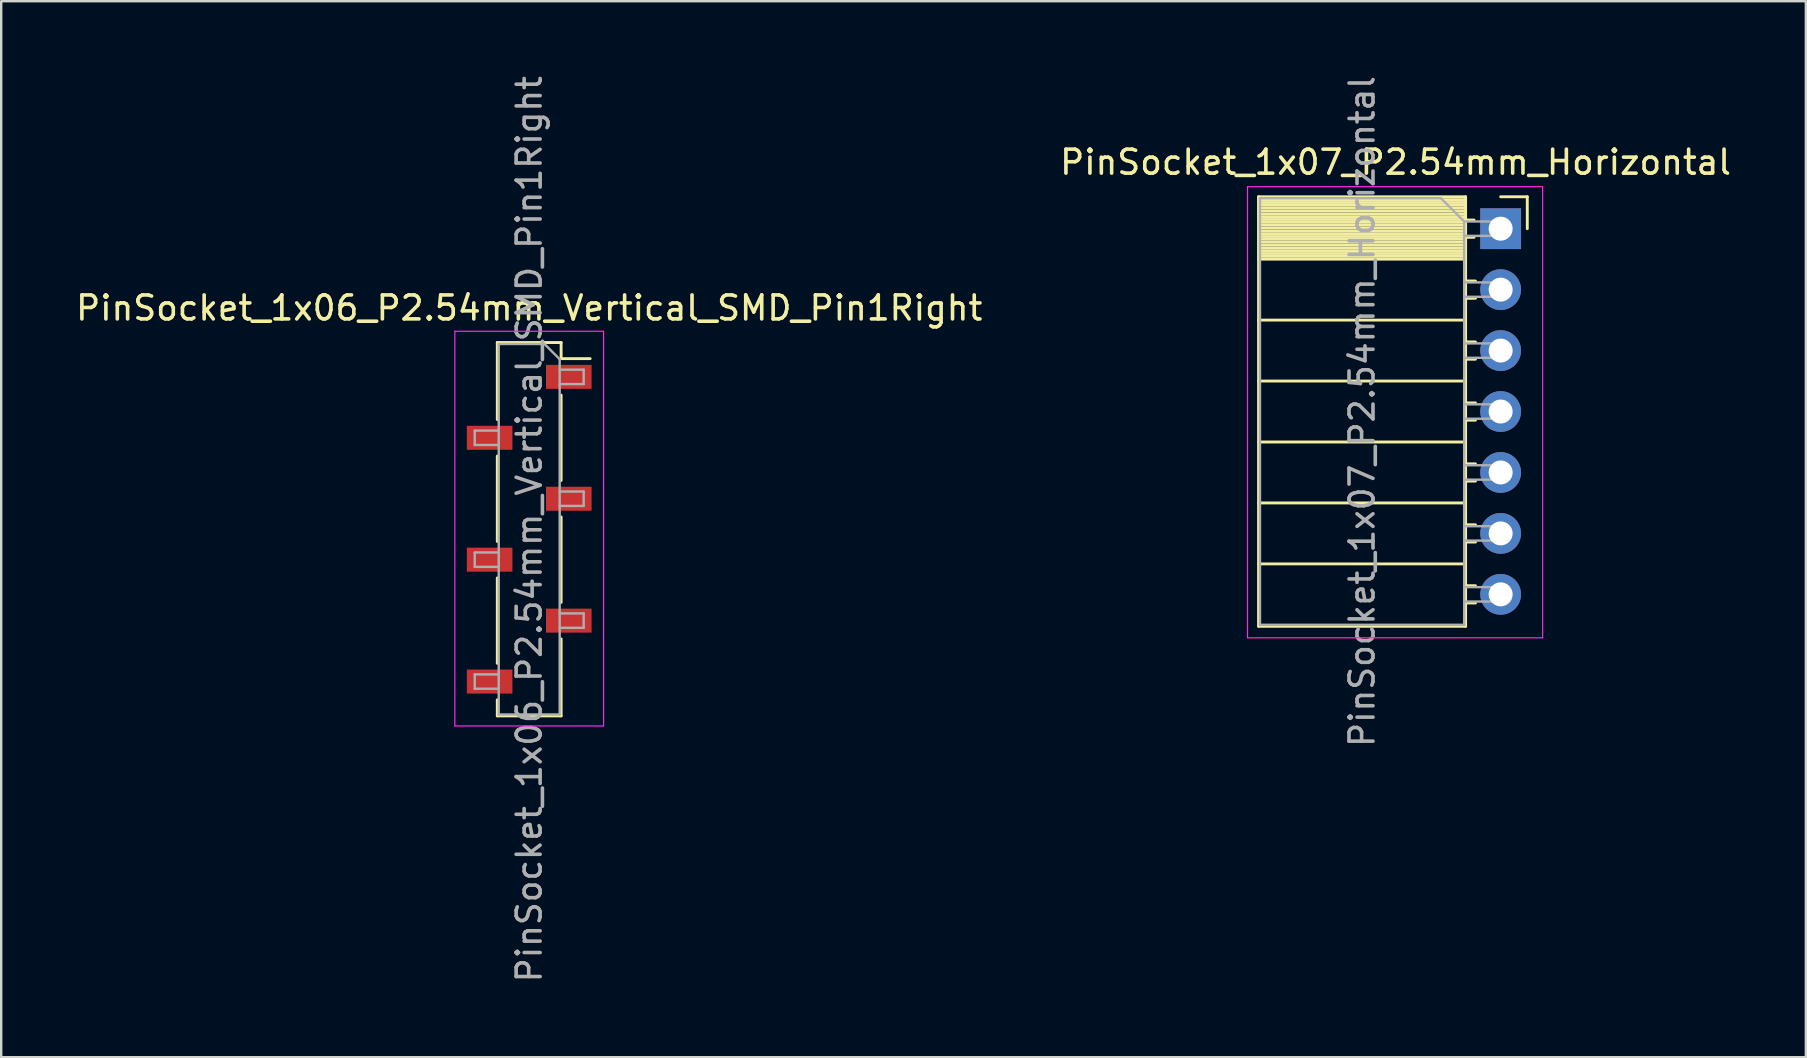
<source format=kicad_pcb>
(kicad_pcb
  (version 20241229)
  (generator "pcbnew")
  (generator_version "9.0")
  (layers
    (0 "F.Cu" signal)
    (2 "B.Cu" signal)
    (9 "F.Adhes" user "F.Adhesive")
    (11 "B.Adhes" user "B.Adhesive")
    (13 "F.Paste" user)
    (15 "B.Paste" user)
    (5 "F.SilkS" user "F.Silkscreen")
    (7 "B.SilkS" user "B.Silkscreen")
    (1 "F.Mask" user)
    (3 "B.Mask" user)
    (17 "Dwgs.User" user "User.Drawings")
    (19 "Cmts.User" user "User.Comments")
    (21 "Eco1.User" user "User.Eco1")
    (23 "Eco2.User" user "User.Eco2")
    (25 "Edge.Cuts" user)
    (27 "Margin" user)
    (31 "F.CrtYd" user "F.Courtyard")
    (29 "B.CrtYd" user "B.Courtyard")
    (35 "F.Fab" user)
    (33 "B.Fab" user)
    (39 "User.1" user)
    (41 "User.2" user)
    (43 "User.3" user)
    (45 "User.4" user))
  (footprint "PinSocket_1x07_P2.54mm_Horizontal"
    (layer "F.Cu")
    (at 59.493 6.481)
    (property "Reference" "PinSocket_1x07_P2.54mm_Horizontal" (at -4.38 -2.77 0) (layer "F.SilkS") (effects (font (size 1 1) (thickness 0.15))))
    (attr through_hole)
    (fp_line (start -10.09 -1.33) (end -10.09 16.57) (stroke (width 0.12) (type solid)) (layer "F.SilkS"))
    (fp_line (start -10.09 -1.33) (end -1.46 -1.33) (stroke (width 0.12) (type solid)) (layer "F.SilkS"))
    (fp_line (start -10.09 -1.21) (end -1.46 -1.21) (stroke (width 0.12) (type solid)) (layer "F.SilkS"))
    (fp_line (start -10.09 -1.092) (end -1.46 -1.092) (stroke (width 0.12) (type solid)) (layer "F.SilkS"))
    (fp_line (start -10.09 -0.974) (end -1.46 -0.974) (stroke (width 0.12) (type solid)) (layer "F.SilkS"))
    (fp_line (start -10.09 -0.856) (end -1.46 -0.856) (stroke (width 0.12) (type solid)) (layer "F.SilkS"))
    (fp_line (start -10.09 -0.738) (end -1.46 -0.738) (stroke (width 0.12) (type solid)) (layer "F.SilkS"))
    (fp_line (start -10.09 -0.62) (end -1.46 -0.62) (stroke (width 0.12) (type solid)) (layer "F.SilkS"))
    (fp_line (start -10.09 -0.501) (end -1.46 -0.501) (stroke (width 0.12) (type solid)) (layer "F.SilkS"))
    (fp_line (start -10.09 -0.383) (end -1.46 -0.383) (stroke (width 0.12) (type solid)) (layer "F.SilkS"))
    (fp_line (start -10.09 -0.265) (end -1.46 -0.265) (stroke (width 0.12) (type solid)) (layer "F.SilkS"))
    (fp_line (start -10.09 -0.147) (end -1.46 -0.147) (stroke (width 0.12) (type solid)) (layer "F.SilkS"))
    (fp_line (start -10.09 -0.029) (end -1.46 -0.029) (stroke (width 0.12) (type solid)) (layer "F.SilkS"))
    (fp_line (start -10.09 0.089) (end -1.46 0.089) (stroke (width 0.12) (type solid)) (layer "F.SilkS"))
    (fp_line (start -10.09 0.207) (end -1.46 0.207) (stroke (width 0.12) (type solid)) (layer "F.SilkS"))
    (fp_line (start -10.09 0.325) (end -1.46 0.325) (stroke (width 0.12) (type solid)) (layer "F.SilkS"))
    (fp_line (start -10.09 0.443) (end -1.46 0.443) (stroke (width 0.12) (type solid)) (layer "F.SilkS"))
    (fp_line (start -10.09 0.561) (end -1.46 0.561) (stroke (width 0.12) (type solid)) (layer "F.SilkS"))
    (fp_line (start -10.09 0.68) (end -1.46 0.68) (stroke (width 0.12) (type solid)) (layer "F.SilkS"))
    (fp_line (start -10.09 0.798) (end -1.46 0.798) (stroke (width 0.12) (type solid)) (layer "F.SilkS"))
    (fp_line (start -10.09 0.916) (end -1.46 0.916) (stroke (width 0.12) (type solid)) (layer "F.SilkS"))
    (fp_line (start -10.09 1.034) (end -1.46 1.034) (stroke (width 0.12) (type solid)) (layer "F.SilkS"))
    (fp_line (start -10.09 1.152) (end -1.46 1.152) (stroke (width 0.12) (type solid)) (layer "F.SilkS"))
    (fp_line (start -10.09 1.27) (end -1.46 1.27) (stroke (width 0.12) (type solid)) (layer "F.SilkS"))
    (fp_line (start -10.09 3.81) (end -1.46 3.81) (stroke (width 0.12) (type solid)) (layer "F.SilkS"))
    (fp_line (start -10.09 6.35) (end -1.46 6.35) (stroke (width 0.12) (type solid)) (layer "F.SilkS"))
    (fp_line (start -10.09 8.89) (end -1.46 8.89) (stroke (width 0.12) (type solid)) (layer "F.SilkS"))
    (fp_line (start -10.09 11.43) (end -1.46 11.43) (stroke (width 0.12) (type solid)) (layer "F.SilkS"))
    (fp_line (start -10.09 13.97) (end -1.46 13.97) (stroke (width 0.12) (type solid)) (layer "F.SilkS"))
    (fp_line (start -10.09 16.57) (end -1.46 16.57) (stroke (width 0.12) (type solid)) (layer "F.SilkS"))
    (fp_line (start -1.46 -1.33) (end -1.46 16.57) (stroke (width 0.12) (type solid)) (layer "F.SilkS"))
    (fp_line (start -1.46 -0.36) (end -1.11 -0.36) (stroke (width 0.12) (type solid)) (layer "F.SilkS"))
    (fp_line (start -1.46 0.36) (end -1.11 0.36) (stroke (width 0.12) (type solid)) (layer "F.SilkS"))
    (fp_line (start -1.46 2.18) (end -1.05 2.18) (stroke (width 0.12) (type solid)) (layer "F.SilkS"))
    (fp_line (start -1.46 2.9) (end -1.05 2.9) (stroke (width 0.12) (type solid)) (layer "F.SilkS"))
    (fp_line (start -1.46 4.72) (end -1.05 4.72) (stroke (width 0.12) (type solid)) (layer "F.SilkS"))
    (fp_line (start -1.46 5.44) (end -1.05 5.44) (stroke (width 0.12) (type solid)) (layer "F.SilkS"))
    (fp_line (start -1.46 7.26) (end -1.05 7.26) (stroke (width 0.12) (type solid)) (layer "F.SilkS"))
    (fp_line (start -1.46 7.98) (end -1.05 7.98) (stroke (width 0.12) (type solid)) (layer "F.SilkS"))
    (fp_line (start -1.46 9.8) (end -1.05 9.8) (stroke (width 0.12) (type solid)) (layer "F.SilkS"))
    (fp_line (start -1.46 10.52) (end -1.05 10.52) (stroke (width 0.12) (type solid)) (layer "F.SilkS"))
    (fp_line (start -1.46 12.34) (end -1.05 12.34) (stroke (width 0.12) (type solid)) (layer "F.SilkS"))
    (fp_line (start -1.46 13.06) (end -1.05 13.06) (stroke (width 0.12) (type solid)) (layer "F.SilkS"))
    (fp_line (start -1.46 14.88) (end -1.05 14.88) (stroke (width 0.12) (type solid)) (layer "F.SilkS"))
    (fp_line (start -1.46 15.6) (end -1.05 15.6) (stroke (width 0.12) (type solid)) (layer "F.SilkS"))
    (fp_line (start 0 -1.33) (end 1.11 -1.33) (stroke (width 0.12) (type solid)) (layer "F.SilkS"))
    (fp_line (start 1.11 -1.33) (end 1.11 0) (stroke (width 0.12) (type solid)) (layer "F.SilkS"))
    (fp_line (start -10.55 -1.75) (end -10.55 17.05) (stroke (width 0.05) (type solid)) (layer "F.CrtYd"))
    (fp_line (start -10.55 17.05) (end 1.75 17.05) (stroke (width 0.05) (type solid)) (layer "F.CrtYd"))
    (fp_line (start 1.75 -1.75) (end -10.55 -1.75) (stroke (width 0.05) (type solid)) (layer "F.CrtYd"))
    (fp_line (start 1.75 17.05) (end 1.75 -1.75) (stroke (width 0.05) (type solid)) (layer "F.CrtYd"))
    (fp_line (start -10.03 -1.27) (end -2.49 -1.27) (stroke (width 0.1) (type solid)) (layer "F.Fab"))
    (fp_line (start -10.03 16.51) (end -10.03 -1.27) (stroke (width 0.1) (type solid)) (layer "F.Fab"))
    (fp_line (start -2.49 -1.27) (end -1.52 -0.3) (stroke (width 0.1) (type solid)) (layer "F.Fab"))
    (fp_line (start -1.52 -0.3) (end -1.52 16.51) (stroke (width 0.1) (type solid)) (layer "F.Fab"))
    (fp_line (start -1.52 0.3) (end 0 0.3) (stroke (width 0.1) (type solid)) (layer "F.Fab"))
    (fp_line (start -1.52 2.84) (end 0 2.84) (stroke (width 0.1) (type solid)) (layer "F.Fab"))
    (fp_line (start -1.52 5.38) (end 0 5.38) (stroke (width 0.1) (type solid)) (layer "F.Fab"))
    (fp_line (start -1.52 7.92) (end 0 7.92) (stroke (width 0.1) (type solid)) (layer "F.Fab"))
    (fp_line (start -1.52 10.46) (end 0 10.46) (stroke (width 0.1) (type solid)) (layer "F.Fab"))
    (fp_line (start -1.52 13) (end 0 13) (stroke (width 0.1) (type solid)) (layer "F.Fab"))
    (fp_line (start -1.52 15.54) (end 0 15.54) (stroke (width 0.1) (type solid)) (layer "F.Fab"))
    (fp_line (start -1.52 16.51) (end -10.03 16.51) (stroke (width 0.1) (type solid)) (layer "F.Fab"))
    (fp_line (start 0 -0.3) (end -1.52 -0.3) (stroke (width 0.1) (type solid)) (layer "F.Fab"))
    (fp_line (start 0 0.3) (end 0 -0.3) (stroke (width 0.1) (type solid)) (layer "F.Fab"))
    (fp_line (start 0 2.24) (end -1.52 2.24) (stroke (width 0.1) (type solid)) (layer "F.Fab"))
    (fp_line (start 0 2.84) (end 0 2.24) (stroke (width 0.1) (type solid)) (layer "F.Fab"))
    (fp_line (start 0 4.78) (end -1.52 4.78) (stroke (width 0.1) (type solid)) (layer "F.Fab"))
    (fp_line (start 0 5.38) (end 0 4.78) (stroke (width 0.1) (type solid)) (layer "F.Fab"))
    (fp_line (start 0 7.32) (end -1.52 7.32) (stroke (width 0.1) (type solid)) (layer "F.Fab"))
    (fp_line (start 0 7.92) (end 0 7.32) (stroke (width 0.1) (type solid)) (layer "F.Fab"))
    (fp_line (start 0 9.86) (end -1.52 9.86) (stroke (width 0.1) (type solid)) (layer "F.Fab"))
    (fp_line (start 0 10.46) (end 0 9.86) (stroke (width 0.1) (type solid)) (layer "F.Fab"))
    (fp_line (start 0 12.4) (end -1.52 12.4) (stroke (width 0.1) (type solid)) (layer "F.Fab"))
    (fp_line (start 0 13) (end 0 12.4) (stroke (width 0.1) (type solid)) (layer "F.Fab"))
    (fp_line (start 0 14.94) (end -1.52 14.94) (stroke (width 0.1) (type solid)) (layer "F.Fab"))
    (fp_line (start 0 15.54) (end 0 14.94) (stroke (width 0.1) (type solid)) (layer "F.Fab"))
    (fp_text user "${REFERENCE}" (at -5.775 7.62 90) (layer "F.Fab") (effects (font (size 1 1) (thickness 0.15))))
    (pad "1" thru_hole rect (at 0 0) (size 1.7 1.7) (drill 1) (layers "*.Cu" "*.Mask"))
    (pad "2" thru_hole circle (at 0 2.54) (size 1.7 1.7) (drill 1) (layers "*.Cu" "*.Mask"))
    (pad "3" thru_hole circle (at 0 5.08) (size 1.7 1.7) (drill 1) (layers "*.Cu" "*.Mask"))
    (pad "4" thru_hole circle (at 0 7.62) (size 1.7 1.7) (drill 1) (layers "*.Cu" "*.Mask"))
    (pad "5" thru_hole circle (at 0 10.16) (size 1.7 1.7) (drill 1) (layers "*.Cu" "*.Mask"))
    (pad "6" thru_hole circle (at 0 12.7) (size 1.7 1.7) (drill 1) (layers "*.Cu" "*.Mask"))
    (pad "7" thru_hole circle (at 0 15.24) (size 1.7 1.7) (drill 1) (layers "*.Cu" "*.Mask")))
  (footprint "PinSocket_1x06_P2.54mm_Vertical_SMD_Pin1Right"
    (layer "F.Cu")
    (at 19.006 19.006)
    (property "Reference" "PinSocket_1x06_P2.54mm_Vertical_SMD_Pin1Right" (at 0 -9.22 0) (layer "F.SilkS") (effects (font (size 1 1) (thickness 0.15))))
    (attr smd)
    (fp_line (start -1.33 -7.78) (end -1.33 -4.57) (stroke (width 0.12) (type solid)) (layer "F.SilkS"))
    (fp_line (start -1.33 -7.78) (end 1.33 -7.78) (stroke (width 0.12) (type solid)) (layer "F.SilkS"))
    (fp_line (start -1.33 -3.05) (end -1.33 0.51) (stroke (width 0.12) (type solid)) (layer "F.SilkS"))
    (fp_line (start -1.33 2.03) (end -1.33 5.59) (stroke (width 0.12) (type solid)) (layer "F.SilkS"))
    (fp_line (start -1.33 7.11) (end -1.33 7.78) (stroke (width 0.12) (type solid)) (layer "F.SilkS"))
    (fp_line (start -1.33 7.78) (end 1.33 7.78) (stroke (width 0.12) (type solid)) (layer "F.SilkS"))
    (fp_line (start 1.33 -7.78) (end 1.33 -7.11) (stroke (width 0.12) (type solid)) (layer "F.SilkS"))
    (fp_line (start 1.33 -7.11) (end 2.54 -7.11) (stroke (width 0.12) (type solid)) (layer "F.SilkS"))
    (fp_line (start 1.33 -5.59) (end 1.33 -2.03) (stroke (width 0.12) (type solid)) (layer "F.SilkS"))
    (fp_line (start 1.33 -0.51) (end 1.33 3.05) (stroke (width 0.12) (type solid)) (layer "F.SilkS"))
    (fp_line (start 1.33 4.57) (end 1.33 7.78) (stroke (width 0.12) (type solid)) (layer "F.SilkS"))
    (fp_line (start -3.1 -8.25) (end 3.1 -8.25) (stroke (width 0.05) (type solid)) (layer "F.CrtYd"))
    (fp_line (start -3.1 8.2) (end -3.1 -8.25) (stroke (width 0.05) (type solid)) (layer "F.CrtYd"))
    (fp_line (start 3.1 -8.25) (end 3.1 8.2) (stroke (width 0.05) (type solid)) (layer "F.CrtYd"))
    (fp_line (start 3.1 8.2) (end -3.1 8.2) (stroke (width 0.05) (type solid)) (layer "F.CrtYd"))
    (fp_line (start -2.27 -4.11) (end -1.27 -4.11) (stroke (width 0.1) (type solid)) (layer "F.Fab"))
    (fp_line (start -2.27 -3.51) (end -2.27 -4.11) (stroke (width 0.1) (type solid)) (layer "F.Fab"))
    (fp_line (start -2.27 0.97) (end -1.27 0.97) (stroke (width 0.1) (type solid)) (layer "F.Fab"))
    (fp_line (start -2.27 1.57) (end -2.27 0.97) (stroke (width 0.1) (type solid)) (layer "F.Fab"))
    (fp_line (start -2.27 6.05) (end -1.27 6.05) (stroke (width 0.1) (type solid)) (layer "F.Fab"))
    (fp_line (start -2.27 6.65) (end -2.27 6.05) (stroke (width 0.1) (type solid)) (layer "F.Fab"))
    (fp_line (start -1.27 -7.72) (end 0.635 -7.72) (stroke (width 0.1) (type solid)) (layer "F.Fab"))
    (fp_line (start -1.27 -3.51) (end -2.27 -3.51) (stroke (width 0.1) (type solid)) (layer "F.Fab"))
    (fp_line (start -1.27 1.57) (end -2.27 1.57) (stroke (width 0.1) (type solid)) (layer "F.Fab"))
    (fp_line (start -1.27 6.65) (end -2.27 6.65) (stroke (width 0.1) (type solid)) (layer "F.Fab"))
    (fp_line (start -1.27 7.72) (end -1.27 -7.72) (stroke (width 0.1) (type solid)) (layer "F.Fab"))
    (fp_line (start 0.635 -7.72) (end 1.27 -7.085) (stroke (width 0.1) (type solid)) (layer "F.Fab"))
    (fp_line (start 1.27 -7.085) (end 1.27 7.72) (stroke (width 0.1) (type solid)) (layer "F.Fab"))
    (fp_line (start 1.27 -6.65) (end 2.27 -6.65) (stroke (width 0.1) (type solid)) (layer "F.Fab"))
    (fp_line (start 1.27 -1.57) (end 2.27 -1.57) (stroke (width 0.1) (type solid)) (layer "F.Fab"))
    (fp_line (start 1.27 3.51) (end 2.27 3.51) (stroke (width 0.1) (type solid)) (layer "F.Fab"))
    (fp_line (start 1.27 7.72) (end -1.27 7.72) (stroke (width 0.1) (type solid)) (layer "F.Fab"))
    (fp_line (start 2.27 -6.65) (end 2.27 -6.05) (stroke (width 0.1) (type solid)) (layer "F.Fab"))
    (fp_line (start 2.27 -6.05) (end 1.27 -6.05) (stroke (width 0.1) (type solid)) (layer "F.Fab"))
    (fp_line (start 2.27 -1.57) (end 2.27 -0.97) (stroke (width 0.1) (type solid)) (layer "F.Fab"))
    (fp_line (start 2.27 -0.97) (end 1.27 -0.97) (stroke (width 0.1) (type solid)) (layer "F.Fab"))
    (fp_line (start 2.27 3.51) (end 2.27 4.11) (stroke (width 0.1) (type solid)) (layer "F.Fab"))
    (fp_line (start 2.27 4.11) (end 1.27 4.11) (stroke (width 0.1) (type solid)) (layer "F.Fab"))
    (fp_text user "${REFERENCE}" (at 0 0 90) (layer "F.Fab") (effects (font (size 1 1) (thickness 0.15))))
    (pad "1" smd rect (at 1.65 -6.35) (size 1.9 1) (layers "F.Cu" "F.Mask" "F.Paste"))
    (pad "2" smd rect (at -1.65 -3.81) (size 1.9 1) (layers "F.Cu" "F.Mask" "F.Paste"))
    (pad "3" smd rect (at 1.65 -1.27) (size 1.9 1) (layers "F.Cu" "F.Mask" "F.Paste"))
    (pad "4" smd rect (at -1.65 1.27) (size 1.9 1) (layers "F.Cu" "F.Mask" "F.Paste"))
    (pad "5" smd rect (at 1.65 3.81) (size 1.9 1) (layers "F.Cu" "F.Mask" "F.Paste"))
    (pad "6" smd rect (at -1.65 6.35) (size 1.9 1) (layers "F.Cu" "F.Mask" "F.Paste")))
  (gr_rect
    (start -3 -3)
    (end 72.214 41.012)
    (stroke (width 0.1) (type default))
    (fill no)
    (layer "Edge.Cuts")))
</source>
